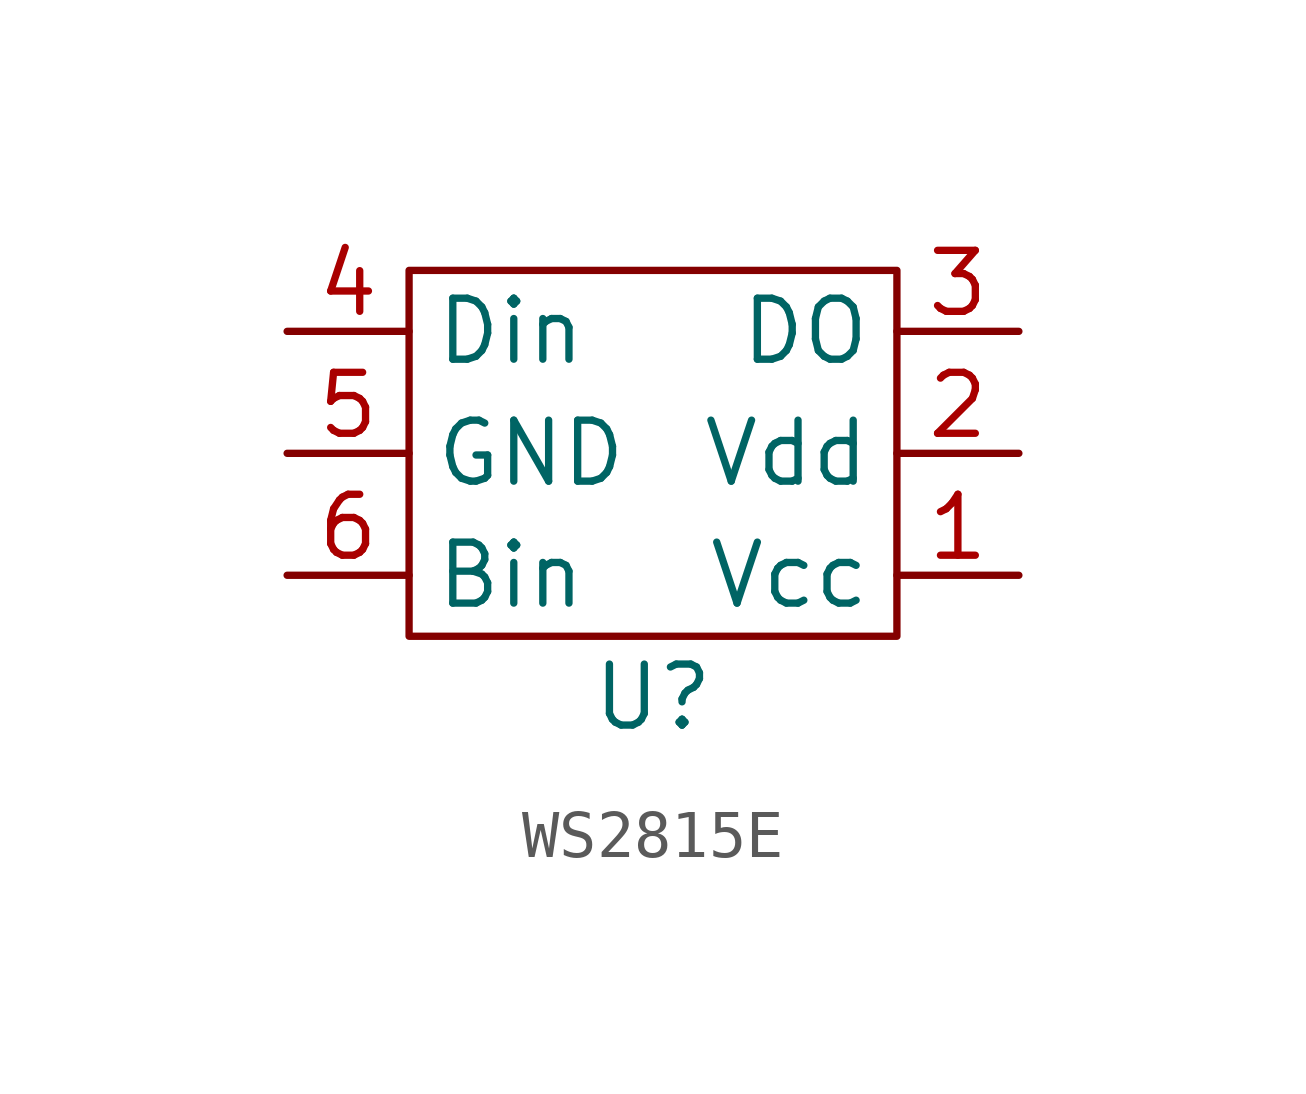
<source format=kicad_sym>
(kicad_symbol_lib
  (version 20220914)
  (generator kicad_symbol_editor)
  (symbol "WS2815E"
    (property "Reference" "U"
      (at 0 0 0)
      (effects (font (size 1.27 1.27))))
    (property "Value" ""
      (at 0 0 0)
      (effects (font (size 1.27 1.27))))
    (symbol "WS2815E_0_1"
      (rectangle (start -5.08 8.89) (end 5.08 1.27) (stroke (width 0) (type default)) (fill (type none))))
    (symbol "WS2815E_1_1"
      (pin power_in line (at 7.62 2.54 180) (length 2.54) (name "Vcc" (effects (font (size 1.27 1.27)))) (number "1" (effects (font (size 1.27 1.27)))))
      (pin power_in line (at 7.62 5.08 180) (length 2.54) (name "Vdd" (effects (font (size 1.27 1.27)))) (number "2" (effects (font (size 1.27 1.27)))))
      (pin output line (at 7.62 7.62 180) (length 2.54) (name "DO" (effects (font (size 1.27 1.27)))) (number "3" (effects (font (size 1.27 1.27)))))
      (pin input line (at -7.62 7.62 0) (length 2.54) (name "Din" (effects (font (size 1.27 1.27)))) (number "4" (effects (font (size 1.27 1.27)))))
      (pin power_in line (at -7.62 5.08 0) (length 2.54) (name "GND" (effects (font (size 1.27 1.27)))) (number "5" (effects (font (size 1.27 1.27)))))
      (pin input line (at -7.62 2.54 0) (length 2.54) (name "Bin" (effects (font (size 1.27 1.27)))) (number "6" (effects (font (size 1.27 1.27))))))))
</source>
